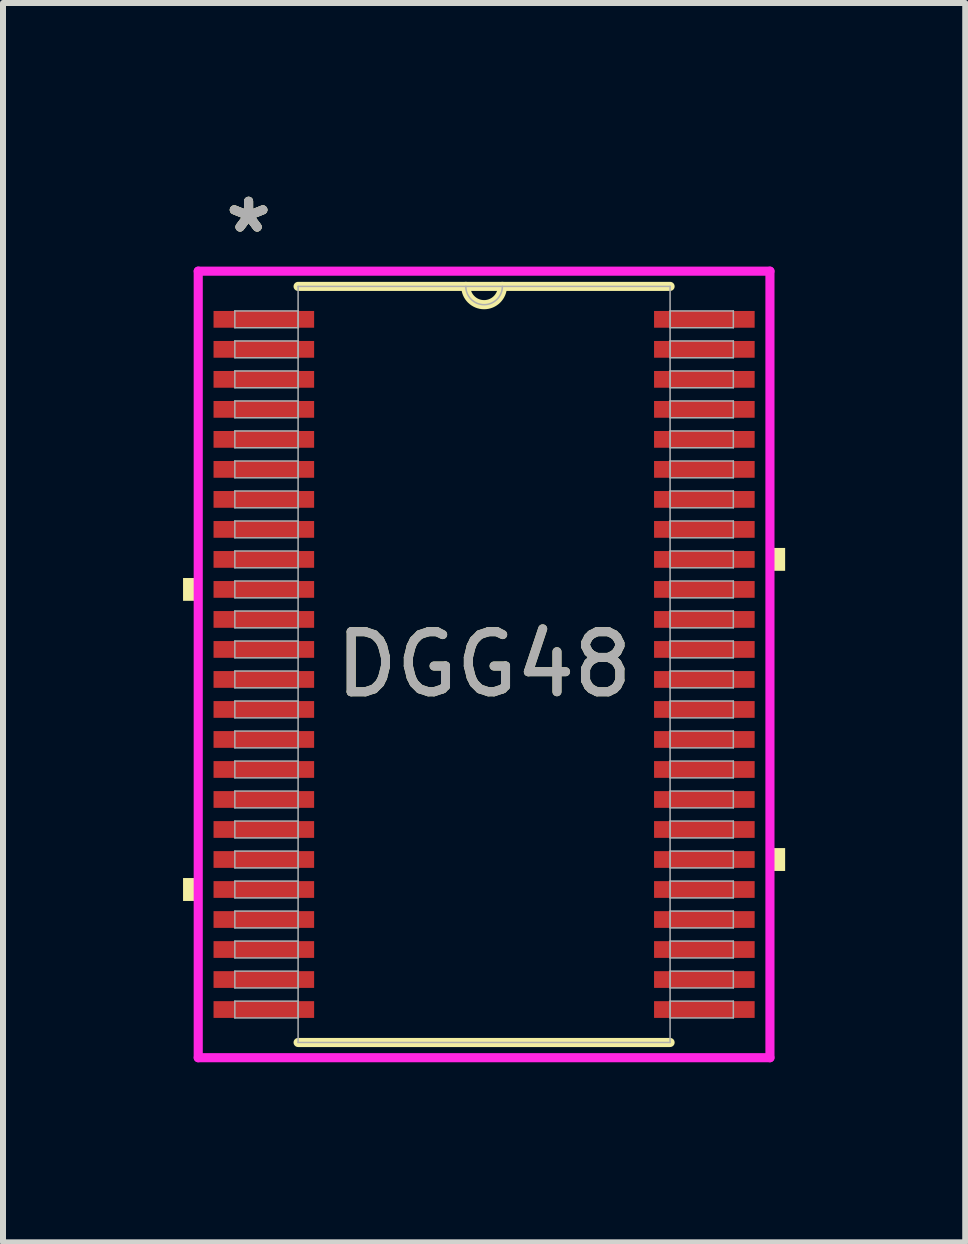
<source format=kicad_pcb>
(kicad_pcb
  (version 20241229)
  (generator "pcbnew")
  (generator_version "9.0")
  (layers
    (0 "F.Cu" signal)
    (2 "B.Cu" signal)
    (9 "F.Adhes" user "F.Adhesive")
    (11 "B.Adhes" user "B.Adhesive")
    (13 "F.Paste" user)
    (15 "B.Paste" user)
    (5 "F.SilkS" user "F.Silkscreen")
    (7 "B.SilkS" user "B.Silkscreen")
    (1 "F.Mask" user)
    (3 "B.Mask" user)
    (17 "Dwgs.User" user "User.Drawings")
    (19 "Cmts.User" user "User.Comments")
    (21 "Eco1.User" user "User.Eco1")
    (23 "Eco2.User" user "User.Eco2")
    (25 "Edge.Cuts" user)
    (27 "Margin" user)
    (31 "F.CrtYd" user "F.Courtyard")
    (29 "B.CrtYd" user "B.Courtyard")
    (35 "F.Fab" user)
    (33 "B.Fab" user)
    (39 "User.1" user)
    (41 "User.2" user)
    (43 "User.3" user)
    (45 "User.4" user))
  (footprint "DGG48"
    (layer "F.Cu")
    (at 5.016 8.021)
    (property "Reference" "DGG48" (at 0 0 0) (unlocked yes) (layer "F.SilkS") (effects (font (size 1 1) (thickness 0.15))))
    (attr smd)
    (fp_line (start -3.099 6.299) (end 3.099 6.299) (stroke (width 0.152) (type solid)) (layer "F.SilkS"))
    (fp_line (start 3.099 -6.299) (end -3.099 -6.299) (stroke (width 0.152) (type solid)) (layer "F.SilkS"))
    (fp_arc (start 0.3048 -6.2992) (mid 0 -5.9944) (end -0.3048 -6.2992) (stroke (width 0.1524) (type solid)) (layer "F.SilkS"))
    (fp_poly (pts (xy -5.016 -1.44) (xy -5.016 -1.06) (xy -4.763 -1.06) (xy -4.763 -1.44)) (stroke (width 0) (type solid)) (fill yes) (layer "F.SilkS"))
    (fp_poly (pts (xy -5.016 3.559) (xy -5.016 3.941) (xy -4.763 3.941) (xy -4.763 3.559)) (stroke (width 0) (type solid)) (fill yes) (layer "F.SilkS"))
    (fp_poly (pts (xy 5.016 -1.941) (xy 5.016 -1.56) (xy 4.763 -1.56) (xy 4.763 -1.941)) (stroke (width 0) (type solid)) (fill yes) (layer "F.SilkS"))
    (fp_poly (pts (xy 5.016 3.06) (xy 5.016 3.441) (xy 4.763 3.441) (xy 4.763 3.06)) (stroke (width 0) (type solid)) (fill yes) (layer "F.SilkS"))
    (fp_line (start -4.763 -6.553) (end 4.763 -6.553) (stroke (width 0.152) (type solid)) (layer "F.CrtYd"))
    (fp_line (start -4.763 6.553) (end -4.763 -6.553) (stroke (width 0.152) (type solid)) (layer "F.CrtYd"))
    (fp_line (start 4.763 -6.553) (end 4.763 6.553) (stroke (width 0.152) (type solid)) (layer "F.CrtYd"))
    (fp_line (start 4.763 6.553) (end -4.763 6.553) (stroke (width 0.152) (type solid)) (layer "F.CrtYd"))
    (fp_line (start -4.153 -5.89) (end -4.153 -5.61) (stroke (width 0.025) (type solid)) (layer "F.Fab"))
    (fp_line (start -4.153 -5.61) (end -3.099 -5.61) (stroke (width 0.025) (type solid)) (layer "F.Fab"))
    (fp_line (start -4.153 -5.39) (end -4.153 -5.11) (stroke (width 0.025) (type solid)) (layer "F.Fab"))
    (fp_line (start -4.153 -5.11) (end -3.099 -5.11) (stroke (width 0.025) (type solid)) (layer "F.Fab"))
    (fp_line (start -4.153 -4.89) (end -4.153 -4.61) (stroke (width 0.025) (type solid)) (layer "F.Fab"))
    (fp_line (start -4.153 -4.61) (end -3.099 -4.61) (stroke (width 0.025) (type solid)) (layer "F.Fab"))
    (fp_line (start -4.153 -4.39) (end -4.153 -4.11) (stroke (width 0.025) (type solid)) (layer "F.Fab"))
    (fp_line (start -4.153 -4.11) (end -3.099 -4.11) (stroke (width 0.025) (type solid)) (layer "F.Fab"))
    (fp_line (start -4.153 -3.89) (end -4.153 -3.61) (stroke (width 0.025) (type solid)) (layer "F.Fab"))
    (fp_line (start -4.153 -3.61) (end -3.099 -3.61) (stroke (width 0.025) (type solid)) (layer "F.Fab"))
    (fp_line (start -4.153 -3.39) (end -4.153 -3.11) (stroke (width 0.025) (type solid)) (layer "F.Fab"))
    (fp_line (start -4.153 -3.11) (end -3.099 -3.11) (stroke (width 0.025) (type solid)) (layer "F.Fab"))
    (fp_line (start -4.153 -2.89) (end -4.153 -2.61) (stroke (width 0.025) (type solid)) (layer "F.Fab"))
    (fp_line (start -4.153 -2.61) (end -3.099 -2.61) (stroke (width 0.025) (type solid)) (layer "F.Fab"))
    (fp_line (start -4.153 -2.39) (end -4.153 -2.11) (stroke (width 0.025) (type solid)) (layer "F.Fab"))
    (fp_line (start -4.153 -2.11) (end -3.099 -2.11) (stroke (width 0.025) (type solid)) (layer "F.Fab"))
    (fp_line (start -4.153 -1.89) (end -4.153 -1.61) (stroke (width 0.025) (type solid)) (layer "F.Fab"))
    (fp_line (start -4.153 -1.61) (end -3.099 -1.61) (stroke (width 0.025) (type solid)) (layer "F.Fab"))
    (fp_line (start -4.153 -1.39) (end -4.153 -1.11) (stroke (width 0.025) (type solid)) (layer "F.Fab"))
    (fp_line (start -4.153 -1.11) (end -3.099 -1.11) (stroke (width 0.025) (type solid)) (layer "F.Fab"))
    (fp_line (start -4.153 -0.89) (end -4.153 -0.61) (stroke (width 0.025) (type solid)) (layer "F.Fab"))
    (fp_line (start -4.153 -0.61) (end -3.099 -0.61) (stroke (width 0.025) (type solid)) (layer "F.Fab"))
    (fp_line (start -4.153 -0.39) (end -4.153 -0.11) (stroke (width 0.025) (type solid)) (layer "F.Fab"))
    (fp_line (start -4.153 -0.11) (end -3.099 -0.11) (stroke (width 0.025) (type solid)) (layer "F.Fab"))
    (fp_line (start -4.153 0.11) (end -4.153 0.39) (stroke (width 0.025) (type solid)) (layer "F.Fab"))
    (fp_line (start -4.153 0.39) (end -3.099 0.39) (stroke (width 0.025) (type solid)) (layer "F.Fab"))
    (fp_line (start -4.153 0.61) (end -4.153 0.89) (stroke (width 0.025) (type solid)) (layer "F.Fab"))
    (fp_line (start -4.153 0.89) (end -3.099 0.89) (stroke (width 0.025) (type solid)) (layer "F.Fab"))
    (fp_line (start -4.153 1.11) (end -4.153 1.39) (stroke (width 0.025) (type solid)) (layer "F.Fab"))
    (fp_line (start -4.153 1.39) (end -3.099 1.39) (stroke (width 0.025) (type solid)) (layer "F.Fab"))
    (fp_line (start -4.153 1.61) (end -4.153 1.89) (stroke (width 0.025) (type solid)) (layer "F.Fab"))
    (fp_line (start -4.153 1.89) (end -3.099 1.89) (stroke (width 0.025) (type solid)) (layer "F.Fab"))
    (fp_line (start -4.153 2.11) (end -4.153 2.39) (stroke (width 0.025) (type solid)) (layer "F.Fab"))
    (fp_line (start -4.153 2.39) (end -3.099 2.39) (stroke (width 0.025) (type solid)) (layer "F.Fab"))
    (fp_line (start -4.153 2.61) (end -4.153 2.89) (stroke (width 0.025) (type solid)) (layer "F.Fab"))
    (fp_line (start -4.153 2.89) (end -3.099 2.89) (stroke (width 0.025) (type solid)) (layer "F.Fab"))
    (fp_line (start -4.153 3.11) (end -4.153 3.39) (stroke (width 0.025) (type solid)) (layer "F.Fab"))
    (fp_line (start -4.153 3.39) (end -3.099 3.39) (stroke (width 0.025) (type solid)) (layer "F.Fab"))
    (fp_line (start -4.153 3.61) (end -4.153 3.89) (stroke (width 0.025) (type solid)) (layer "F.Fab"))
    (fp_line (start -4.153 3.89) (end -3.099 3.89) (stroke (width 0.025) (type solid)) (layer "F.Fab"))
    (fp_line (start -4.153 4.11) (end -4.153 4.39) (stroke (width 0.025) (type solid)) (layer "F.Fab"))
    (fp_line (start -4.153 4.39) (end -3.099 4.39) (stroke (width 0.025) (type solid)) (layer "F.Fab"))
    (fp_line (start -4.153 4.61) (end -4.153 4.89) (stroke (width 0.025) (type solid)) (layer "F.Fab"))
    (fp_line (start -4.153 4.89) (end -3.099 4.89) (stroke (width 0.025) (type solid)) (layer "F.Fab"))
    (fp_line (start -4.153 5.11) (end -4.153 5.39) (stroke (width 0.025) (type solid)) (layer "F.Fab"))
    (fp_line (start -4.153 5.39) (end -3.099 5.39) (stroke (width 0.025) (type solid)) (layer "F.Fab"))
    (fp_line (start -4.153 5.61) (end -4.153 5.89) (stroke (width 0.025) (type solid)) (layer "F.Fab"))
    (fp_line (start -4.153 5.89) (end -3.099 5.89) (stroke (width 0.025) (type solid)) (layer "F.Fab"))
    (fp_line (start -3.099 -6.299) (end -3.099 6.299) (stroke (width 0.025) (type solid)) (layer "F.Fab"))
    (fp_line (start -3.099 -5.89) (end -4.153 -5.89) (stroke (width 0.025) (type solid)) (layer "F.Fab"))
    (fp_line (start -3.099 -5.61) (end -3.099 -5.89) (stroke (width 0.025) (type solid)) (layer "F.Fab"))
    (fp_line (start -3.099 -5.39) (end -4.153 -5.39) (stroke (width 0.025) (type solid)) (layer "F.Fab"))
    (fp_line (start -3.099 -5.11) (end -3.099 -5.39) (stroke (width 0.025) (type solid)) (layer "F.Fab"))
    (fp_line (start -3.099 -4.89) (end -4.153 -4.89) (stroke (width 0.025) (type solid)) (layer "F.Fab"))
    (fp_line (start -3.099 -4.61) (end -3.099 -4.89) (stroke (width 0.025) (type solid)) (layer "F.Fab"))
    (fp_line (start -3.099 -4.39) (end -4.153 -4.39) (stroke (width 0.025) (type solid)) (layer "F.Fab"))
    (fp_line (start -3.099 -4.11) (end -3.099 -4.39) (stroke (width 0.025) (type solid)) (layer "F.Fab"))
    (fp_line (start -3.099 -3.89) (end -4.153 -3.89) (stroke (width 0.025) (type solid)) (layer "F.Fab"))
    (fp_line (start -3.099 -3.61) (end -3.099 -3.89) (stroke (width 0.025) (type solid)) (layer "F.Fab"))
    (fp_line (start -3.099 -3.39) (end -4.153 -3.39) (stroke (width 0.025) (type solid)) (layer "F.Fab"))
    (fp_line (start -3.099 -3.11) (end -3.099 -3.39) (stroke (width 0.025) (type solid)) (layer "F.Fab"))
    (fp_line (start -3.099 -2.89) (end -4.153 -2.89) (stroke (width 0.025) (type solid)) (layer "F.Fab"))
    (fp_line (start -3.099 -2.61) (end -3.099 -2.89) (stroke (width 0.025) (type solid)) (layer "F.Fab"))
    (fp_line (start -3.099 -2.39) (end -4.153 -2.39) (stroke (width 0.025) (type solid)) (layer "F.Fab"))
    (fp_line (start -3.099 -2.11) (end -3.099 -2.39) (stroke (width 0.025) (type solid)) (layer "F.Fab"))
    (fp_line (start -3.099 -1.89) (end -4.153 -1.89) (stroke (width 0.025) (type solid)) (layer "F.Fab"))
    (fp_line (start -3.099 -1.61) (end -3.099 -1.89) (stroke (width 0.025) (type solid)) (layer "F.Fab"))
    (fp_line (start -3.099 -1.39) (end -4.153 -1.39) (stroke (width 0.025) (type solid)) (layer "F.Fab"))
    (fp_line (start -3.099 -1.11) (end -3.099 -1.39) (stroke (width 0.025) (type solid)) (layer "F.Fab"))
    (fp_line (start -3.099 -0.89) (end -4.153 -0.89) (stroke (width 0.025) (type solid)) (layer "F.Fab"))
    (fp_line (start -3.099 -0.61) (end -3.099 -0.89) (stroke (width 0.025) (type solid)) (layer "F.Fab"))
    (fp_line (start -3.099 -0.39) (end -4.153 -0.39) (stroke (width 0.025) (type solid)) (layer "F.Fab"))
    (fp_line (start -3.099 -0.11) (end -3.099 -0.39) (stroke (width 0.025) (type solid)) (layer "F.Fab"))
    (fp_line (start -3.099 0.11) (end -4.153 0.11) (stroke (width 0.025) (type solid)) (layer "F.Fab"))
    (fp_line (start -3.099 0.39) (end -3.099 0.11) (stroke (width 0.025) (type solid)) (layer "F.Fab"))
    (fp_line (start -3.099 0.61) (end -4.153 0.61) (stroke (width 0.025) (type solid)) (layer "F.Fab"))
    (fp_line (start -3.099 0.89) (end -3.099 0.61) (stroke (width 0.025) (type solid)) (layer "F.Fab"))
    (fp_line (start -3.099 1.11) (end -4.153 1.11) (stroke (width 0.025) (type solid)) (layer "F.Fab"))
    (fp_line (start -3.099 1.39) (end -3.099 1.11) (stroke (width 0.025) (type solid)) (layer "F.Fab"))
    (fp_line (start -3.099 1.61) (end -4.153 1.61) (stroke (width 0.025) (type solid)) (layer "F.Fab"))
    (fp_line (start -3.099 1.89) (end -3.099 1.61) (stroke (width 0.025) (type solid)) (layer "F.Fab"))
    (fp_line (start -3.099 2.11) (end -4.153 2.11) (stroke (width 0.025) (type solid)) (layer "F.Fab"))
    (fp_line (start -3.099 2.39) (end -3.099 2.11) (stroke (width 0.025) (type solid)) (layer "F.Fab"))
    (fp_line (start -3.099 2.61) (end -4.153 2.61) (stroke (width 0.025) (type solid)) (layer "F.Fab"))
    (fp_line (start -3.099 2.89) (end -3.099 2.61) (stroke (width 0.025) (type solid)) (layer "F.Fab"))
    (fp_line (start -3.099 3.11) (end -4.153 3.11) (stroke (width 0.025) (type solid)) (layer "F.Fab"))
    (fp_line (start -3.099 3.39) (end -3.099 3.11) (stroke (width 0.025) (type solid)) (layer "F.Fab"))
    (fp_line (start -3.099 3.61) (end -4.153 3.61) (stroke (width 0.025) (type solid)) (layer "F.Fab"))
    (fp_line (start -3.099 3.89) (end -3.099 3.61) (stroke (width 0.025) (type solid)) (layer "F.Fab"))
    (fp_line (start -3.099 4.11) (end -4.153 4.11) (stroke (width 0.025) (type solid)) (layer "F.Fab"))
    (fp_line (start -3.099 4.39) (end -3.099 4.11) (stroke (width 0.025) (type solid)) (layer "F.Fab"))
    (fp_line (start -3.099 4.61) (end -4.153 4.61) (stroke (width 0.025) (type solid)) (layer "F.Fab"))
    (fp_line (start -3.099 4.89) (end -3.099 4.61) (stroke (width 0.025) (type solid)) (layer "F.Fab"))
    (fp_line (start -3.099 5.11) (end -4.153 5.11) (stroke (width 0.025) (type solid)) (layer "F.Fab"))
    (fp_line (start -3.099 5.39) (end -3.099 5.11) (stroke (width 0.025) (type solid)) (layer "F.Fab"))
    (fp_line (start -3.099 5.61) (end -4.153 5.61) (stroke (width 0.025) (type solid)) (layer "F.Fab"))
    (fp_line (start -3.099 5.89) (end -3.099 5.61) (stroke (width 0.025) (type solid)) (layer "F.Fab"))
    (fp_line (start -3.099 6.299) (end 3.099 6.299) (stroke (width 0.025) (type solid)) (layer "F.Fab"))
    (fp_line (start 3.099 -6.299) (end -3.099 -6.299) (stroke (width 0.025) (type solid)) (layer "F.Fab"))
    (fp_line (start 3.099 -5.89) (end 3.099 -5.61) (stroke (width 0.025) (type solid)) (layer "F.Fab"))
    (fp_line (start 3.099 -5.61) (end 4.153 -5.61) (stroke (width 0.025) (type solid)) (layer "F.Fab"))
    (fp_line (start 3.099 -5.39) (end 3.099 -5.11) (stroke (width 0.025) (type solid)) (layer "F.Fab"))
    (fp_line (start 3.099 -5.11) (end 4.153 -5.11) (stroke (width 0.025) (type solid)) (layer "F.Fab"))
    (fp_line (start 3.099 -4.89) (end 3.099 -4.61) (stroke (width 0.025) (type solid)) (layer "F.Fab"))
    (fp_line (start 3.099 -4.61) (end 4.153 -4.61) (stroke (width 0.025) (type solid)) (layer "F.Fab"))
    (fp_line (start 3.099 -4.39) (end 3.099 -4.11) (stroke (width 0.025) (type solid)) (layer "F.Fab"))
    (fp_line (start 3.099 -4.11) (end 4.153 -4.11) (stroke (width 0.025) (type solid)) (layer "F.Fab"))
    (fp_line (start 3.099 -3.89) (end 3.099 -3.61) (stroke (width 0.025) (type solid)) (layer "F.Fab"))
    (fp_line (start 3.099 -3.61) (end 4.153 -3.61) (stroke (width 0.025) (type solid)) (layer "F.Fab"))
    (fp_line (start 3.099 -3.39) (end 3.099 -3.11) (stroke (width 0.025) (type solid)) (layer "F.Fab"))
    (fp_line (start 3.099 -3.11) (end 4.153 -3.11) (stroke (width 0.025) (type solid)) (layer "F.Fab"))
    (fp_line (start 3.099 -2.89) (end 3.099 -2.61) (stroke (width 0.025) (type solid)) (layer "F.Fab"))
    (fp_line (start 3.099 -2.61) (end 4.153 -2.61) (stroke (width 0.025) (type solid)) (layer "F.Fab"))
    (fp_line (start 3.099 -2.39) (end 3.099 -2.11) (stroke (width 0.025) (type solid)) (layer "F.Fab"))
    (fp_line (start 3.099 -2.11) (end 4.153 -2.11) (stroke (width 0.025) (type solid)) (layer "F.Fab"))
    (fp_line (start 3.099 -1.89) (end 3.099 -1.61) (stroke (width 0.025) (type solid)) (layer "F.Fab"))
    (fp_line (start 3.099 -1.61) (end 4.153 -1.61) (stroke (width 0.025) (type solid)) (layer "F.Fab"))
    (fp_line (start 3.099 -1.39) (end 3.099 -1.11) (stroke (width 0.025) (type solid)) (layer "F.Fab"))
    (fp_line (start 3.099 -1.11) (end 4.153 -1.11) (stroke (width 0.025) (type solid)) (layer "F.Fab"))
    (fp_line (start 3.099 -0.89) (end 3.099 -0.61) (stroke (width 0.025) (type solid)) (layer "F.Fab"))
    (fp_line (start 3.099 -0.61) (end 4.153 -0.61) (stroke (width 0.025) (type solid)) (layer "F.Fab"))
    (fp_line (start 3.099 -0.39) (end 3.099 -0.11) (stroke (width 0.025) (type solid)) (layer "F.Fab"))
    (fp_line (start 3.099 -0.11) (end 4.153 -0.11) (stroke (width 0.025) (type solid)) (layer "F.Fab"))
    (fp_line (start 3.099 0.11) (end 3.099 0.39) (stroke (width 0.025) (type solid)) (layer "F.Fab"))
    (fp_line (start 3.099 0.39) (end 4.153 0.39) (stroke (width 0.025) (type solid)) (layer "F.Fab"))
    (fp_line (start 3.099 0.61) (end 3.099 0.89) (stroke (width 0.025) (type solid)) (layer "F.Fab"))
    (fp_line (start 3.099 0.89) (end 4.153 0.89) (stroke (width 0.025) (type solid)) (layer "F.Fab"))
    (fp_line (start 3.099 1.11) (end 3.099 1.39) (stroke (width 0.025) (type solid)) (layer "F.Fab"))
    (fp_line (start 3.099 1.39) (end 4.153 1.39) (stroke (width 0.025) (type solid)) (layer "F.Fab"))
    (fp_line (start 3.099 1.61) (end 3.099 1.89) (stroke (width 0.025) (type solid)) (layer "F.Fab"))
    (fp_line (start 3.099 1.89) (end 4.153 1.89) (stroke (width 0.025) (type solid)) (layer "F.Fab"))
    (fp_line (start 3.099 2.11) (end 3.099 2.39) (stroke (width 0.025) (type solid)) (layer "F.Fab"))
    (fp_line (start 3.099 2.39) (end 4.153 2.39) (stroke (width 0.025) (type solid)) (layer "F.Fab"))
    (fp_line (start 3.099 2.61) (end 3.099 2.89) (stroke (width 0.025) (type solid)) (layer "F.Fab"))
    (fp_line (start 3.099 2.89) (end 4.153 2.89) (stroke (width 0.025) (type solid)) (layer "F.Fab"))
    (fp_line (start 3.099 3.11) (end 3.099 3.39) (stroke (width 0.025) (type solid)) (layer "F.Fab"))
    (fp_line (start 3.099 3.39) (end 4.153 3.39) (stroke (width 0.025) (type solid)) (layer "F.Fab"))
    (fp_line (start 3.099 3.61) (end 3.099 3.89) (stroke (width 0.025) (type solid)) (layer "F.Fab"))
    (fp_line (start 3.099 3.89) (end 4.153 3.89) (stroke (width 0.025) (type solid)) (layer "F.Fab"))
    (fp_line (start 3.099 4.11) (end 3.099 4.39) (stroke (width 0.025) (type solid)) (layer "F.Fab"))
    (fp_line (start 3.099 4.39) (end 4.153 4.39) (stroke (width 0.025) (type solid)) (layer "F.Fab"))
    (fp_line (start 3.099 4.61) (end 3.099 4.89) (stroke (width 0.025) (type solid)) (layer "F.Fab"))
    (fp_line (start 3.099 4.89) (end 4.153 4.89) (stroke (width 0.025) (type solid)) (layer "F.Fab"))
    (fp_line (start 3.099 5.11) (end 3.099 5.39) (stroke (width 0.025) (type solid)) (layer "F.Fab"))
    (fp_line (start 3.099 5.39) (end 4.153 5.39) (stroke (width 0.025) (type solid)) (layer "F.Fab"))
    (fp_line (start 3.099 5.61) (end 3.099 5.89) (stroke (width 0.025) (type solid)) (layer "F.Fab"))
    (fp_line (start 3.099 5.89) (end 4.153 5.89) (stroke (width 0.025) (type solid)) (layer "F.Fab"))
    (fp_line (start 3.099 6.299) (end 3.099 -6.299) (stroke (width 0.025) (type solid)) (layer "F.Fab"))
    (fp_line (start 4.153 -5.89) (end 3.099 -5.89) (stroke (width 0.025) (type solid)) (layer "F.Fab"))
    (fp_line (start 4.153 -5.61) (end 4.153 -5.89) (stroke (width 0.025) (type solid)) (layer "F.Fab"))
    (fp_line (start 4.153 -5.39) (end 3.099 -5.39) (stroke (width 0.025) (type solid)) (layer "F.Fab"))
    (fp_line (start 4.153 -5.11) (end 4.153 -5.39) (stroke (width 0.025) (type solid)) (layer "F.Fab"))
    (fp_line (start 4.153 -4.89) (end 3.099 -4.89) (stroke (width 0.025) (type solid)) (layer "F.Fab"))
    (fp_line (start 4.153 -4.61) (end 4.153 -4.89) (stroke (width 0.025) (type solid)) (layer "F.Fab"))
    (fp_line (start 4.153 -4.39) (end 3.099 -4.39) (stroke (width 0.025) (type solid)) (layer "F.Fab"))
    (fp_line (start 4.153 -4.11) (end 4.153 -4.39) (stroke (width 0.025) (type solid)) (layer "F.Fab"))
    (fp_line (start 4.153 -3.89) (end 3.099 -3.89) (stroke (width 0.025) (type solid)) (layer "F.Fab"))
    (fp_line (start 4.153 -3.61) (end 4.153 -3.89) (stroke (width 0.025) (type solid)) (layer "F.Fab"))
    (fp_line (start 4.153 -3.39) (end 3.099 -3.39) (stroke (width 0.025) (type solid)) (layer "F.Fab"))
    (fp_line (start 4.153 -3.11) (end 4.153 -3.39) (stroke (width 0.025) (type solid)) (layer "F.Fab"))
    (fp_line (start 4.153 -2.89) (end 3.099 -2.89) (stroke (width 0.025) (type solid)) (layer "F.Fab"))
    (fp_line (start 4.153 -2.61) (end 4.153 -2.89) (stroke (width 0.025) (type solid)) (layer "F.Fab"))
    (fp_line (start 4.153 -2.39) (end 3.099 -2.39) (stroke (width 0.025) (type solid)) (layer "F.Fab"))
    (fp_line (start 4.153 -2.11) (end 4.153 -2.39) (stroke (width 0.025) (type solid)) (layer "F.Fab"))
    (fp_line (start 4.153 -1.89) (end 3.099 -1.89) (stroke (width 0.025) (type solid)) (layer "F.Fab"))
    (fp_line (start 4.153 -1.61) (end 4.153 -1.89) (stroke (width 0.025) (type solid)) (layer "F.Fab"))
    (fp_line (start 4.153 -1.39) (end 3.099 -1.39) (stroke (width 0.025) (type solid)) (layer "F.Fab"))
    (fp_line (start 4.153 -1.11) (end 4.153 -1.39) (stroke (width 0.025) (type solid)) (layer "F.Fab"))
    (fp_line (start 4.153 -0.89) (end 3.099 -0.89) (stroke (width 0.025) (type solid)) (layer "F.Fab"))
    (fp_line (start 4.153 -0.61) (end 4.153 -0.89) (stroke (width 0.025) (type solid)) (layer "F.Fab"))
    (fp_line (start 4.153 -0.39) (end 3.099 -0.39) (stroke (width 0.025) (type solid)) (layer "F.Fab"))
    (fp_line (start 4.153 -0.11) (end 4.153 -0.39) (stroke (width 0.025) (type solid)) (layer "F.Fab"))
    (fp_line (start 4.153 0.11) (end 3.099 0.11) (stroke (width 0.025) (type solid)) (layer "F.Fab"))
    (fp_line (start 4.153 0.39) (end 4.153 0.11) (stroke (width 0.025) (type solid)) (layer "F.Fab"))
    (fp_line (start 4.153 0.61) (end 3.099 0.61) (stroke (width 0.025) (type solid)) (layer "F.Fab"))
    (fp_line (start 4.153 0.89) (end 4.153 0.61) (stroke (width 0.025) (type solid)) (layer "F.Fab"))
    (fp_line (start 4.153 1.11) (end 3.099 1.11) (stroke (width 0.025) (type solid)) (layer "F.Fab"))
    (fp_line (start 4.153 1.39) (end 4.153 1.11) (stroke (width 0.025) (type solid)) (layer "F.Fab"))
    (fp_line (start 4.153 1.61) (end 3.099 1.61) (stroke (width 0.025) (type solid)) (layer "F.Fab"))
    (fp_line (start 4.153 1.89) (end 4.153 1.61) (stroke (width 0.025) (type solid)) (layer "F.Fab"))
    (fp_line (start 4.153 2.11) (end 3.099 2.11) (stroke (width 0.025) (type solid)) (layer "F.Fab"))
    (fp_line (start 4.153 2.39) (end 4.153 2.11) (stroke (width 0.025) (type solid)) (layer "F.Fab"))
    (fp_line (start 4.153 2.61) (end 3.099 2.61) (stroke (width 0.025) (type solid)) (layer "F.Fab"))
    (fp_line (start 4.153 2.89) (end 4.153 2.61) (stroke (width 0.025) (type solid)) (layer "F.Fab"))
    (fp_line (start 4.153 3.11) (end 3.099 3.11) (stroke (width 0.025) (type solid)) (layer "F.Fab"))
    (fp_line (start 4.153 3.39) (end 4.153 3.11) (stroke (width 0.025) (type solid)) (layer "F.Fab"))
    (fp_line (start 4.153 3.61) (end 3.099 3.61) (stroke (width 0.025) (type solid)) (layer "F.Fab"))
    (fp_line (start 4.153 3.89) (end 4.153 3.61) (stroke (width 0.025) (type solid)) (layer "F.Fab"))
    (fp_line (start 4.153 4.11) (end 3.099 4.11) (stroke (width 0.025) (type solid)) (layer "F.Fab"))
    (fp_line (start 4.153 4.39) (end 4.153 4.11) (stroke (width 0.025) (type solid)) (layer "F.Fab"))
    (fp_line (start 4.153 4.61) (end 3.099 4.61) (stroke (width 0.025) (type solid)) (layer "F.Fab"))
    (fp_line (start 4.153 4.89) (end 4.153 4.61) (stroke (width 0.025) (type solid)) (layer "F.Fab"))
    (fp_line (start 4.153 5.11) (end 3.099 5.11) (stroke (width 0.025) (type solid)) (layer "F.Fab"))
    (fp_line (start 4.153 5.39) (end 4.153 5.11) (stroke (width 0.025) (type solid)) (layer "F.Fab"))
    (fp_line (start 4.153 5.61) (end 3.099 5.61) (stroke (width 0.025) (type solid)) (layer "F.Fab"))
    (fp_line (start 4.153 5.89) (end 4.153 5.61) (stroke (width 0.025) (type solid)) (layer "F.Fab"))
    (fp_arc (start 0.3048 -6.2992) (mid 0 -5.9944) (end -0.3048 -6.2992) (stroke (width 0.0254) (type solid)) (layer "F.Fab"))
    (fp_text user "*" (at -3.924 -7.172 0) (layer "F.SilkS") (effects (font (size 1 1) (thickness 0.15))))
    (fp_text user "*" (at -3.924 -7.172 0) (unlocked yes) (layer "F.SilkS") (effects (font (size 1 1) (thickness 0.15))))
    (fp_text user "*" (at -3.924 -7.172 0) (unlocked yes) (layer "F.Fab") (effects (font (size 1 1) (thickness 0.15))))
    (fp_text user "*" (at -3.924 -7.172 0) (layer "F.Fab") (effects (font (size 1 1) (thickness 0.15))))
    (fp_text user "${REFERENCE}" (at 0 0 0) (unlocked yes) (layer "F.Fab") (effects (font (size 1 1) (thickness 0.15))))
    (pad "1" smd rect (at -3.67 -5.75) (size 1.676 0.279) (layers "F.Cu" "F.Mask" "F.Paste"))
    (pad "2" smd rect (at -3.67 -5.25) (size 1.676 0.279) (layers "F.Cu" "F.Mask" "F.Paste"))
    (pad "3" smd rect (at -3.67 -4.75) (size 1.676 0.279) (layers "F.Cu" "F.Mask" "F.Paste"))
    (pad "4" smd rect (at -3.67 -4.25) (size 1.676 0.279) (layers "F.Cu" "F.Mask" "F.Paste"))
    (pad "5" smd rect (at -3.67 -3.75) (size 1.676 0.279) (layers "F.Cu" "F.Mask" "F.Paste"))
    (pad "6" smd rect (at -3.67 -3.25) (size 1.676 0.279) (layers "F.Cu" "F.Mask" "F.Paste"))
    (pad "7" smd rect (at -3.67 -2.75) (size 1.676 0.279) (layers "F.Cu" "F.Mask" "F.Paste"))
    (pad "8" smd rect (at -3.67 -2.25) (size 1.676 0.279) (layers "F.Cu" "F.Mask" "F.Paste"))
    (pad "9" smd rect (at -3.67 -1.75) (size 1.676 0.279) (layers "F.Cu" "F.Mask" "F.Paste"))
    (pad "10" smd rect (at -3.67 -1.25) (size 1.676 0.279) (layers "F.Cu" "F.Mask" "F.Paste"))
    (pad "11" smd rect (at -3.67 -0.75) (size 1.676 0.279) (layers "F.Cu" "F.Mask" "F.Paste"))
    (pad "12" smd rect (at -3.67 -0.25) (size 1.676 0.279) (layers "F.Cu" "F.Mask" "F.Paste"))
    (pad "13" smd rect (at -3.67 0.25) (size 1.676 0.279) (layers "F.Cu" "F.Mask" "F.Paste"))
    (pad "14" smd rect (at -3.67 0.75) (size 1.676 0.279) (layers "F.Cu" "F.Mask" "F.Paste"))
    (pad "15" smd rect (at -3.67 1.25) (size 1.676 0.279) (layers "F.Cu" "F.Mask" "F.Paste"))
    (pad "16" smd rect (at -3.67 1.75) (size 1.676 0.279) (layers "F.Cu" "F.Mask" "F.Paste"))
    (pad "17" smd rect (at -3.67 2.25) (size 1.676 0.279) (layers "F.Cu" "F.Mask" "F.Paste"))
    (pad "18" smd rect (at -3.67 2.75) (size 1.676 0.279) (layers "F.Cu" "F.Mask" "F.Paste"))
    (pad "19" smd rect (at -3.67 3.25) (size 1.676 0.279) (layers "F.Cu" "F.Mask" "F.Paste"))
    (pad "20" smd rect (at -3.67 3.75) (size 1.676 0.279) (layers "F.Cu" "F.Mask" "F.Paste"))
    (pad "21" smd rect (at -3.67 4.25) (size 1.676 0.279) (layers "F.Cu" "F.Mask" "F.Paste"))
    (pad "22" smd rect (at -3.67 4.75) (size 1.676 0.279) (layers "F.Cu" "F.Mask" "F.Paste"))
    (pad "23" smd rect (at -3.67 5.25) (size 1.676 0.279) (layers "F.Cu" "F.Mask" "F.Paste"))
    (pad "24" smd rect (at -3.67 5.75) (size 1.676 0.279) (layers "F.Cu" "F.Mask" "F.Paste"))
    (pad "25" smd rect (at 3.67 5.75) (size 1.676 0.279) (layers "F.Cu" "F.Mask" "F.Paste"))
    (pad "26" smd rect (at 3.67 5.25) (size 1.676 0.279) (layers "F.Cu" "F.Mask" "F.Paste"))
    (pad "27" smd rect (at 3.67 4.75) (size 1.676 0.279) (layers "F.Cu" "F.Mask" "F.Paste"))
    (pad "28" smd rect (at 3.67 4.25) (size 1.676 0.279) (layers "F.Cu" "F.Mask" "F.Paste"))
    (pad "29" smd rect (at 3.67 3.75) (size 1.676 0.279) (layers "F.Cu" "F.Mask" "F.Paste"))
    (pad "30" smd rect (at 3.67 3.25) (size 1.676 0.279) (layers "F.Cu" "F.Mask" "F.Paste"))
    (pad "31" smd rect (at 3.67 2.75) (size 1.676 0.279) (layers "F.Cu" "F.Mask" "F.Paste"))
    (pad "32" smd rect (at 3.67 2.25) (size 1.676 0.279) (layers "F.Cu" "F.Mask" "F.Paste"))
    (pad "33" smd rect (at 3.67 1.75) (size 1.676 0.279) (layers "F.Cu" "F.Mask" "F.Paste"))
    (pad "34" smd rect (at 3.67 1.25) (size 1.676 0.279) (layers "F.Cu" "F.Mask" "F.Paste"))
    (pad "35" smd rect (at 3.67 0.75) (size 1.676 0.279) (layers "F.Cu" "F.Mask" "F.Paste"))
    (pad "36" smd rect (at 3.67 0.25) (size 1.676 0.279) (layers "F.Cu" "F.Mask" "F.Paste"))
    (pad "37" smd rect (at 3.67 -0.25) (size 1.676 0.279) (layers "F.Cu" "F.Mask" "F.Paste"))
    (pad "38" smd rect (at 3.67 -0.75) (size 1.676 0.279) (layers "F.Cu" "F.Mask" "F.Paste"))
    (pad "39" smd rect (at 3.67 -1.25) (size 1.676 0.279) (layers "F.Cu" "F.Mask" "F.Paste"))
    (pad "40" smd rect (at 3.67 -1.75) (size 1.676 0.279) (layers "F.Cu" "F.Mask" "F.Paste"))
    (pad "41" smd rect (at 3.67 -2.25) (size 1.676 0.279) (layers "F.Cu" "F.Mask" "F.Paste"))
    (pad "42" smd rect (at 3.67 -2.75) (size 1.676 0.279) (layers "F.Cu" "F.Mask" "F.Paste"))
    (pad "43" smd rect (at 3.67 -3.25) (size 1.676 0.279) (layers "F.Cu" "F.Mask" "F.Paste"))
    (pad "44" smd rect (at 3.67 -3.75) (size 1.676 0.279) (layers "F.Cu" "F.Mask" "F.Paste"))
    (pad "45" smd rect (at 3.67 -4.25) (size 1.676 0.279) (layers "F.Cu" "F.Mask" "F.Paste"))
    (pad "46" smd rect (at 3.67 -4.75) (size 1.676 0.279) (layers "F.Cu" "F.Mask" "F.Paste"))
    (pad "47" smd rect (at 3.67 -5.25) (size 1.676 0.279) (layers "F.Cu" "F.Mask" "F.Paste"))
    (pad "48" smd rect (at 3.67 -5.75) (size 1.676 0.279) (layers "F.Cu" "F.Mask" "F.Paste")))
  (gr_rect
    (start -3 -3)
    (end 13.033 17.65)
    (stroke (width 0.1) (type default))
    (fill no)
    (layer "Edge.Cuts")))
</source>
